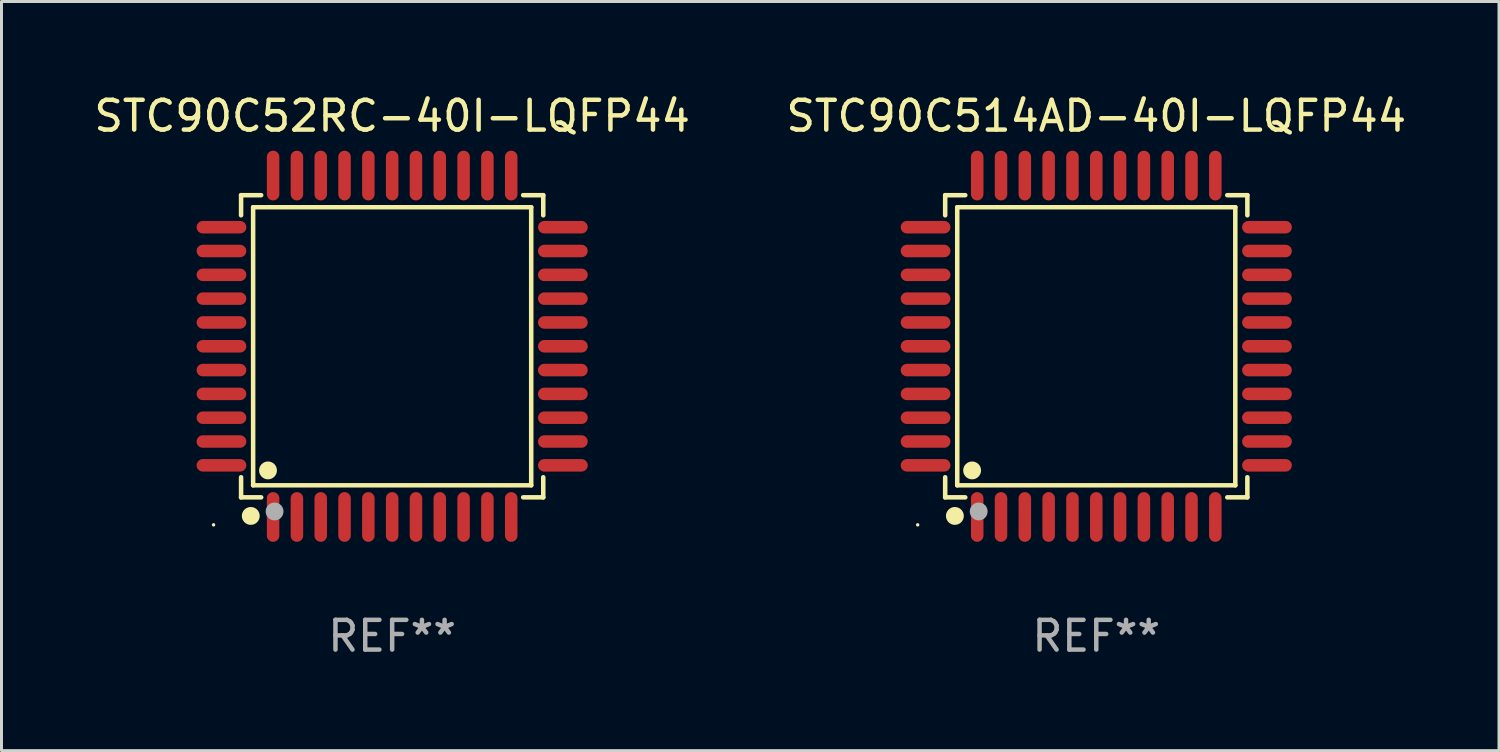
<source format=kicad_pcb>
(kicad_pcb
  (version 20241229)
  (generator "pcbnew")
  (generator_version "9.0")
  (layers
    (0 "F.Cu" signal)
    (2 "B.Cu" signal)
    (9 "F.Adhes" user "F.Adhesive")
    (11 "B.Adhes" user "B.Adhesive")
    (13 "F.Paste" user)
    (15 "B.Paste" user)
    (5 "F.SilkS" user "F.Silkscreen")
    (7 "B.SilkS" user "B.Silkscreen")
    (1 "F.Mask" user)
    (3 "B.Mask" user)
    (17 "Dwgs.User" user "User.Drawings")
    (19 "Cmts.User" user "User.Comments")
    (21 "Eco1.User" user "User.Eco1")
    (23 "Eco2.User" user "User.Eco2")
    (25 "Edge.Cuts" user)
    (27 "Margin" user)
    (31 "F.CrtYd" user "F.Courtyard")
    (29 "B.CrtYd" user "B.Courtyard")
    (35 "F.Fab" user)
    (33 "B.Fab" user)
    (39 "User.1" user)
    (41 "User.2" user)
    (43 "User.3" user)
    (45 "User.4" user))
  (footprint "STC90C514AD-40I-LQFP44"
    (layer "F.Cu")
    (at 33.78 8.583)
    (property "Reference" "STC90C514AD-40I-LQFP44" (at 0 -7.735 0) (layer "F.SilkS") (effects (font (size 1 1) (thickness 0.15))))
    (attr through_hole)
    (fp_line (start -5.076 -5.076) (end -4.401 -5.076) (stroke (width 0.152) (type solid)) (layer "F.SilkS"))
    (fp_line (start -5.076 -4.401) (end -5.076 -5.076) (stroke (width 0.152) (type solid)) (layer "F.SilkS"))
    (fp_line (start -5.076 4.401) (end -5.076 5.076) (stroke (width 0.152) (type solid)) (layer "F.SilkS"))
    (fp_line (start -5.076 5.076) (end -4.401 5.076) (stroke (width 0.152) (type solid)) (layer "F.SilkS"))
    (fp_line (start -4.671 -4.671) (end 4.671 -4.671) (stroke (width 0.152) (type solid)) (layer "F.SilkS"))
    (fp_line (start -4.671 4.671) (end -4.671 -4.671) (stroke (width 0.152) (type solid)) (layer "F.SilkS"))
    (fp_line (start 4.671 -4.671) (end 4.671 4.671) (stroke (width 0.152) (type solid)) (layer "F.SilkS"))
    (fp_line (start 4.671 4.671) (end -4.671 4.671) (stroke (width 0.152) (type solid)) (layer "F.SilkS"))
    (fp_line (start 5.076 -5.076) (end 4.401 -5.076) (stroke (width 0.152) (type solid)) (layer "F.SilkS"))
    (fp_line (start 5.076 -4.401) (end 5.076 -5.076) (stroke (width 0.152) (type solid)) (layer "F.SilkS"))
    (fp_line (start 5.076 4.401) (end 5.076 5.076) (stroke (width 0.152) (type solid)) (layer "F.SilkS"))
    (fp_line (start 5.076 5.076) (end 4.401 5.076) (stroke (width 0.152) (type solid)) (layer "F.SilkS"))
    (fp_circle (center -6 6) (end -5.97 6) (stroke (width 0.06) (type solid)) (fill no) (layer "F.SilkS"))
    (fp_circle (center -4.75 5.7) (end -4.6 5.7) (stroke (width 0.3) (type solid)) (fill no) (layer "F.SilkS"))
    (fp_circle (center -4.171 4.171) (end -4.021 4.171) (stroke (width 0.3) (type solid)) (fill no) (layer "F.SilkS"))
    (fp_circle (center -3.95 5.55) (end -3.8 5.55) (stroke (width 0.3) (type solid)) (fill no) (layer "F.Fab"))
    (fp_text user "REF**" (at 0 9.735 0) (layer "F.Fab") (effects (font (size 1 1) (thickness 0.15))))
    (pad "1" smd oval (at -4 5.735) (size 0.42 1.67) (layers "F.Cu" "F.Mask" "F.Paste"))
    (pad "2" smd oval (at -3.2 5.735) (size 0.42 1.67) (layers "F.Cu" "F.Mask" "F.Paste"))
    (pad "3" smd oval (at -2.4 5.735) (size 0.42 1.67) (layers "F.Cu" "F.Mask" "F.Paste"))
    (pad "4" smd oval (at -1.6 5.735) (size 0.42 1.67) (layers "F.Cu" "F.Mask" "F.Paste"))
    (pad "5" smd oval (at -0.8 5.735) (size 0.42 1.67) (layers "F.Cu" "F.Mask" "F.Paste"))
    (pad "6" smd oval (at 0 5.735) (size 0.42 1.67) (layers "F.Cu" "F.Mask" "F.Paste"))
    (pad "7" smd oval (at 0.8 5.735) (size 0.42 1.67) (layers "F.Cu" "F.Mask" "F.Paste"))
    (pad "8" smd oval (at 1.6 5.735) (size 0.42 1.67) (layers "F.Cu" "F.Mask" "F.Paste"))
    (pad "9" smd oval (at 2.4 5.735) (size 0.42 1.67) (layers "F.Cu" "F.Mask" "F.Paste"))
    (pad "10" smd oval (at 3.2 5.735) (size 0.42 1.67) (layers "F.Cu" "F.Mask" "F.Paste"))
    (pad "11" smd oval (at 4 5.735) (size 0.42 1.67) (layers "F.Cu" "F.Mask" "F.Paste"))
    (pad "12" smd oval (at 5.735 4) (size 1.67 0.42) (layers "F.Cu" "F.Mask" "F.Paste"))
    (pad "13" smd oval (at 5.735 3.2) (size 1.67 0.42) (layers "F.Cu" "F.Mask" "F.Paste"))
    (pad "14" smd oval (at 5.735 2.4) (size 1.67 0.42) (layers "F.Cu" "F.Mask" "F.Paste"))
    (pad "15" smd oval (at 5.735 1.6) (size 1.67 0.42) (layers "F.Cu" "F.Mask" "F.Paste"))
    (pad "16" smd oval (at 5.735 0.8) (size 1.67 0.42) (layers "F.Cu" "F.Mask" "F.Paste"))
    (pad "17" smd oval (at 5.735 0) (size 1.67 0.42) (layers "F.Cu" "F.Mask" "F.Paste"))
    (pad "18" smd oval (at 5.735 -0.8) (size 1.67 0.42) (layers "F.Cu" "F.Mask" "F.Paste"))
    (pad "19" smd oval (at 5.735 -1.6) (size 1.67 0.42) (layers "F.Cu" "F.Mask" "F.Paste"))
    (pad "20" smd oval (at 5.735 -2.4) (size 1.67 0.42) (layers "F.Cu" "F.Mask" "F.Paste"))
    (pad "21" smd oval (at 5.735 -3.2) (size 1.67 0.42) (layers "F.Cu" "F.Mask" "F.Paste"))
    (pad "22" smd oval (at 5.735 -4) (size 1.67 0.42) (layers "F.Cu" "F.Mask" "F.Paste"))
    (pad "23" smd oval (at 4 -5.735) (size 0.42 1.67) (layers "F.Cu" "F.Mask" "F.Paste"))
    (pad "24" smd oval (at 3.2 -5.735) (size 0.42 1.67) (layers "F.Cu" "F.Mask" "F.Paste"))
    (pad "25" smd oval (at 2.4 -5.735) (size 0.42 1.67) (layers "F.Cu" "F.Mask" "F.Paste"))
    (pad "26" smd oval (at 1.6 -5.735) (size 0.42 1.67) (layers "F.Cu" "F.Mask" "F.Paste"))
    (pad "27" smd oval (at 0.8 -5.735) (size 0.42 1.67) (layers "F.Cu" "F.Mask" "F.Paste"))
    (pad "28" smd oval (at 0 -5.735) (size 0.42 1.67) (layers "F.Cu" "F.Mask" "F.Paste"))
    (pad "29" smd oval (at -0.8 -5.735) (size 0.42 1.67) (layers "F.Cu" "F.Mask" "F.Paste"))
    (pad "30" smd oval (at -1.6 -5.735) (size 0.42 1.67) (layers "F.Cu" "F.Mask" "F.Paste"))
    (pad "31" smd oval (at -2.4 -5.735) (size 0.42 1.67) (layers "F.Cu" "F.Mask" "F.Paste"))
    (pad "32" smd oval (at -3.2 -5.735) (size 0.42 1.67) (layers "F.Cu" "F.Mask" "F.Paste"))
    (pad "33" smd oval (at -4 -5.735) (size 0.42 1.67) (layers "F.Cu" "F.Mask" "F.Paste"))
    (pad "34" smd oval (at -5.735 -4) (size 1.67 0.42) (layers "F.Cu" "F.Mask" "F.Paste"))
    (pad "35" smd oval (at -5.735 -3.2) (size 1.67 0.42) (layers "F.Cu" "F.Mask" "F.Paste"))
    (pad "36" smd oval (at -5.735 -2.4) (size 1.67 0.42) (layers "F.Cu" "F.Mask" "F.Paste"))
    (pad "37" smd oval (at -5.735 -1.6) (size 1.67 0.42) (layers "F.Cu" "F.Mask" "F.Paste"))
    (pad "38" smd oval (at -5.735 -0.8) (size 1.67 0.42) (layers "F.Cu" "F.Mask" "F.Paste"))
    (pad "39" smd oval (at -5.735 0) (size 1.67 0.42) (layers "F.Cu" "F.Mask" "F.Paste"))
    (pad "40" smd oval (at -5.735 0.8) (size 1.67 0.42) (layers "F.Cu" "F.Mask" "F.Paste"))
    (pad "41" smd oval (at -5.735 1.6) (size 1.67 0.42) (layers "F.Cu" "F.Mask" "F.Paste"))
    (pad "42" smd oval (at -5.735 2.4) (size 1.67 0.42) (layers "F.Cu" "F.Mask" "F.Paste"))
    (pad "43" smd oval (at -5.735 3.2) (size 1.67 0.42) (layers "F.Cu" "F.Mask" "F.Paste"))
    (pad "44" smd oval (at -5.735 4) (size 1.67 0.42) (layers "F.Cu" "F.Mask" "F.Paste")))
  (footprint "STC90C52RC-40I-LQFP44"
    (layer "F.Cu")
    (at 10.125 8.583)
    (property "Reference" "STC90C52RC-40I-LQFP44" (at 0 -7.735 0) (layer "F.SilkS") (effects (font (size 1 1) (thickness 0.15))))
    (attr through_hole)
    (fp_line (start -5.076 -5.076) (end -4.401 -5.076) (stroke (width 0.152) (type solid)) (layer "F.SilkS"))
    (fp_line (start -5.076 -4.401) (end -5.076 -5.076) (stroke (width 0.152) (type solid)) (layer "F.SilkS"))
    (fp_line (start -5.076 4.401) (end -5.076 5.076) (stroke (width 0.152) (type solid)) (layer "F.SilkS"))
    (fp_line (start -5.076 5.076) (end -4.401 5.076) (stroke (width 0.152) (type solid)) (layer "F.SilkS"))
    (fp_line (start -4.671 -4.671) (end 4.671 -4.671) (stroke (width 0.152) (type solid)) (layer "F.SilkS"))
    (fp_line (start -4.671 4.671) (end -4.671 -4.671) (stroke (width 0.152) (type solid)) (layer "F.SilkS"))
    (fp_line (start 4.671 -4.671) (end 4.671 4.671) (stroke (width 0.152) (type solid)) (layer "F.SilkS"))
    (fp_line (start 4.671 4.671) (end -4.671 4.671) (stroke (width 0.152) (type solid)) (layer "F.SilkS"))
    (fp_line (start 5.076 -5.076) (end 4.401 -5.076) (stroke (width 0.152) (type solid)) (layer "F.SilkS"))
    (fp_line (start 5.076 -4.401) (end 5.076 -5.076) (stroke (width 0.152) (type solid)) (layer "F.SilkS"))
    (fp_line (start 5.076 4.401) (end 5.076 5.076) (stroke (width 0.152) (type solid)) (layer "F.SilkS"))
    (fp_line (start 5.076 5.076) (end 4.401 5.076) (stroke (width 0.152) (type solid)) (layer "F.SilkS"))
    (fp_circle (center -6 6) (end -5.97 6) (stroke (width 0.06) (type solid)) (fill no) (layer "F.SilkS"))
    (fp_circle (center -4.75 5.7) (end -4.6 5.7) (stroke (width 0.3) (type solid)) (fill no) (layer "F.SilkS"))
    (fp_circle (center -4.171 4.171) (end -4.021 4.171) (stroke (width 0.3) (type solid)) (fill no) (layer "F.SilkS"))
    (fp_circle (center -3.95 5.55) (end -3.8 5.55) (stroke (width 0.3) (type solid)) (fill no) (layer "F.Fab"))
    (fp_text user "REF**" (at 0 9.735 0) (layer "F.Fab") (effects (font (size 1 1) (thickness 0.15))))
    (pad "1" smd oval (at -4 5.735) (size 0.42 1.67) (layers "F.Cu" "F.Mask" "F.Paste"))
    (pad "2" smd oval (at -3.2 5.735) (size 0.42 1.67) (layers "F.Cu" "F.Mask" "F.Paste"))
    (pad "3" smd oval (at -2.4 5.735) (size 0.42 1.67) (layers "F.Cu" "F.Mask" "F.Paste"))
    (pad "4" smd oval (at -1.6 5.735) (size 0.42 1.67) (layers "F.Cu" "F.Mask" "F.Paste"))
    (pad "5" smd oval (at -0.8 5.735) (size 0.42 1.67) (layers "F.Cu" "F.Mask" "F.Paste"))
    (pad "6" smd oval (at 0 5.735) (size 0.42 1.67) (layers "F.Cu" "F.Mask" "F.Paste"))
    (pad "7" smd oval (at 0.8 5.735) (size 0.42 1.67) (layers "F.Cu" "F.Mask" "F.Paste"))
    (pad "8" smd oval (at 1.6 5.735) (size 0.42 1.67) (layers "F.Cu" "F.Mask" "F.Paste"))
    (pad "9" smd oval (at 2.4 5.735) (size 0.42 1.67) (layers "F.Cu" "F.Mask" "F.Paste"))
    (pad "10" smd oval (at 3.2 5.735) (size 0.42 1.67) (layers "F.Cu" "F.Mask" "F.Paste"))
    (pad "11" smd oval (at 4 5.735) (size 0.42 1.67) (layers "F.Cu" "F.Mask" "F.Paste"))
    (pad "12" smd oval (at 5.735 4) (size 1.67 0.42) (layers "F.Cu" "F.Mask" "F.Paste"))
    (pad "13" smd oval (at 5.735 3.2) (size 1.67 0.42) (layers "F.Cu" "F.Mask" "F.Paste"))
    (pad "14" smd oval (at 5.735 2.4) (size 1.67 0.42) (layers "F.Cu" "F.Mask" "F.Paste"))
    (pad "15" smd oval (at 5.735 1.6) (size 1.67 0.42) (layers "F.Cu" "F.Mask" "F.Paste"))
    (pad "16" smd oval (at 5.735 0.8) (size 1.67 0.42) (layers "F.Cu" "F.Mask" "F.Paste"))
    (pad "17" smd oval (at 5.735 0) (size 1.67 0.42) (layers "F.Cu" "F.Mask" "F.Paste"))
    (pad "18" smd oval (at 5.735 -0.8) (size 1.67 0.42) (layers "F.Cu" "F.Mask" "F.Paste"))
    (pad "19" smd oval (at 5.735 -1.6) (size 1.67 0.42) (layers "F.Cu" "F.Mask" "F.Paste"))
    (pad "20" smd oval (at 5.735 -2.4) (size 1.67 0.42) (layers "F.Cu" "F.Mask" "F.Paste"))
    (pad "21" smd oval (at 5.735 -3.2) (size 1.67 0.42) (layers "F.Cu" "F.Mask" "F.Paste"))
    (pad "22" smd oval (at 5.735 -4) (size 1.67 0.42) (layers "F.Cu" "F.Mask" "F.Paste"))
    (pad "23" smd oval (at 4 -5.735) (size 0.42 1.67) (layers "F.Cu" "F.Mask" "F.Paste"))
    (pad "24" smd oval (at 3.2 -5.735) (size 0.42 1.67) (layers "F.Cu" "F.Mask" "F.Paste"))
    (pad "25" smd oval (at 2.4 -5.735) (size 0.42 1.67) (layers "F.Cu" "F.Mask" "F.Paste"))
    (pad "26" smd oval (at 1.6 -5.735) (size 0.42 1.67) (layers "F.Cu" "F.Mask" "F.Paste"))
    (pad "27" smd oval (at 0.8 -5.735) (size 0.42 1.67) (layers "F.Cu" "F.Mask" "F.Paste"))
    (pad "28" smd oval (at 0 -5.735) (size 0.42 1.67) (layers "F.Cu" "F.Mask" "F.Paste"))
    (pad "29" smd oval (at -0.8 -5.735) (size 0.42 1.67) (layers "F.Cu" "F.Mask" "F.Paste"))
    (pad "30" smd oval (at -1.6 -5.735) (size 0.42 1.67) (layers "F.Cu" "F.Mask" "F.Paste"))
    (pad "31" smd oval (at -2.4 -5.735) (size 0.42 1.67) (layers "F.Cu" "F.Mask" "F.Paste"))
    (pad "32" smd oval (at -3.2 -5.735) (size 0.42 1.67) (layers "F.Cu" "F.Mask" "F.Paste"))
    (pad "33" smd oval (at -4 -5.735) (size 0.42 1.67) (layers "F.Cu" "F.Mask" "F.Paste"))
    (pad "34" smd oval (at -5.735 -4) (size 1.67 0.42) (layers "F.Cu" "F.Mask" "F.Paste"))
    (pad "35" smd oval (at -5.735 -3.2) (size 1.67 0.42) (layers "F.Cu" "F.Mask" "F.Paste"))
    (pad "36" smd oval (at -5.735 -2.4) (size 1.67 0.42) (layers "F.Cu" "F.Mask" "F.Paste"))
    (pad "37" smd oval (at -5.735 -1.6) (size 1.67 0.42) (layers "F.Cu" "F.Mask" "F.Paste"))
    (pad "38" smd oval (at -5.735 -0.8) (size 1.67 0.42) (layers "F.Cu" "F.Mask" "F.Paste"))
    (pad "39" smd oval (at -5.735 0) (size 1.67 0.42) (layers "F.Cu" "F.Mask" "F.Paste"))
    (pad "40" smd oval (at -5.735 0.8) (size 1.67 0.42) (layers "F.Cu" "F.Mask" "F.Paste"))
    (pad "41" smd oval (at -5.735 1.6) (size 1.67 0.42) (layers "F.Cu" "F.Mask" "F.Paste"))
    (pad "42" smd oval (at -5.735 2.4) (size 1.67 0.42) (layers "F.Cu" "F.Mask" "F.Paste"))
    (pad "43" smd oval (at -5.735 3.2) (size 1.67 0.42) (layers "F.Cu" "F.Mask" "F.Paste"))
    (pad "44" smd oval (at -5.735 4) (size 1.67 0.42) (layers "F.Cu" "F.Mask" "F.Paste")))
  (gr_rect
    (start -3 -3)
    (end 47.31 22.167)
    (stroke (width 0.1) (type default))
    (fill no)
    (layer "Edge.Cuts")))
</source>
